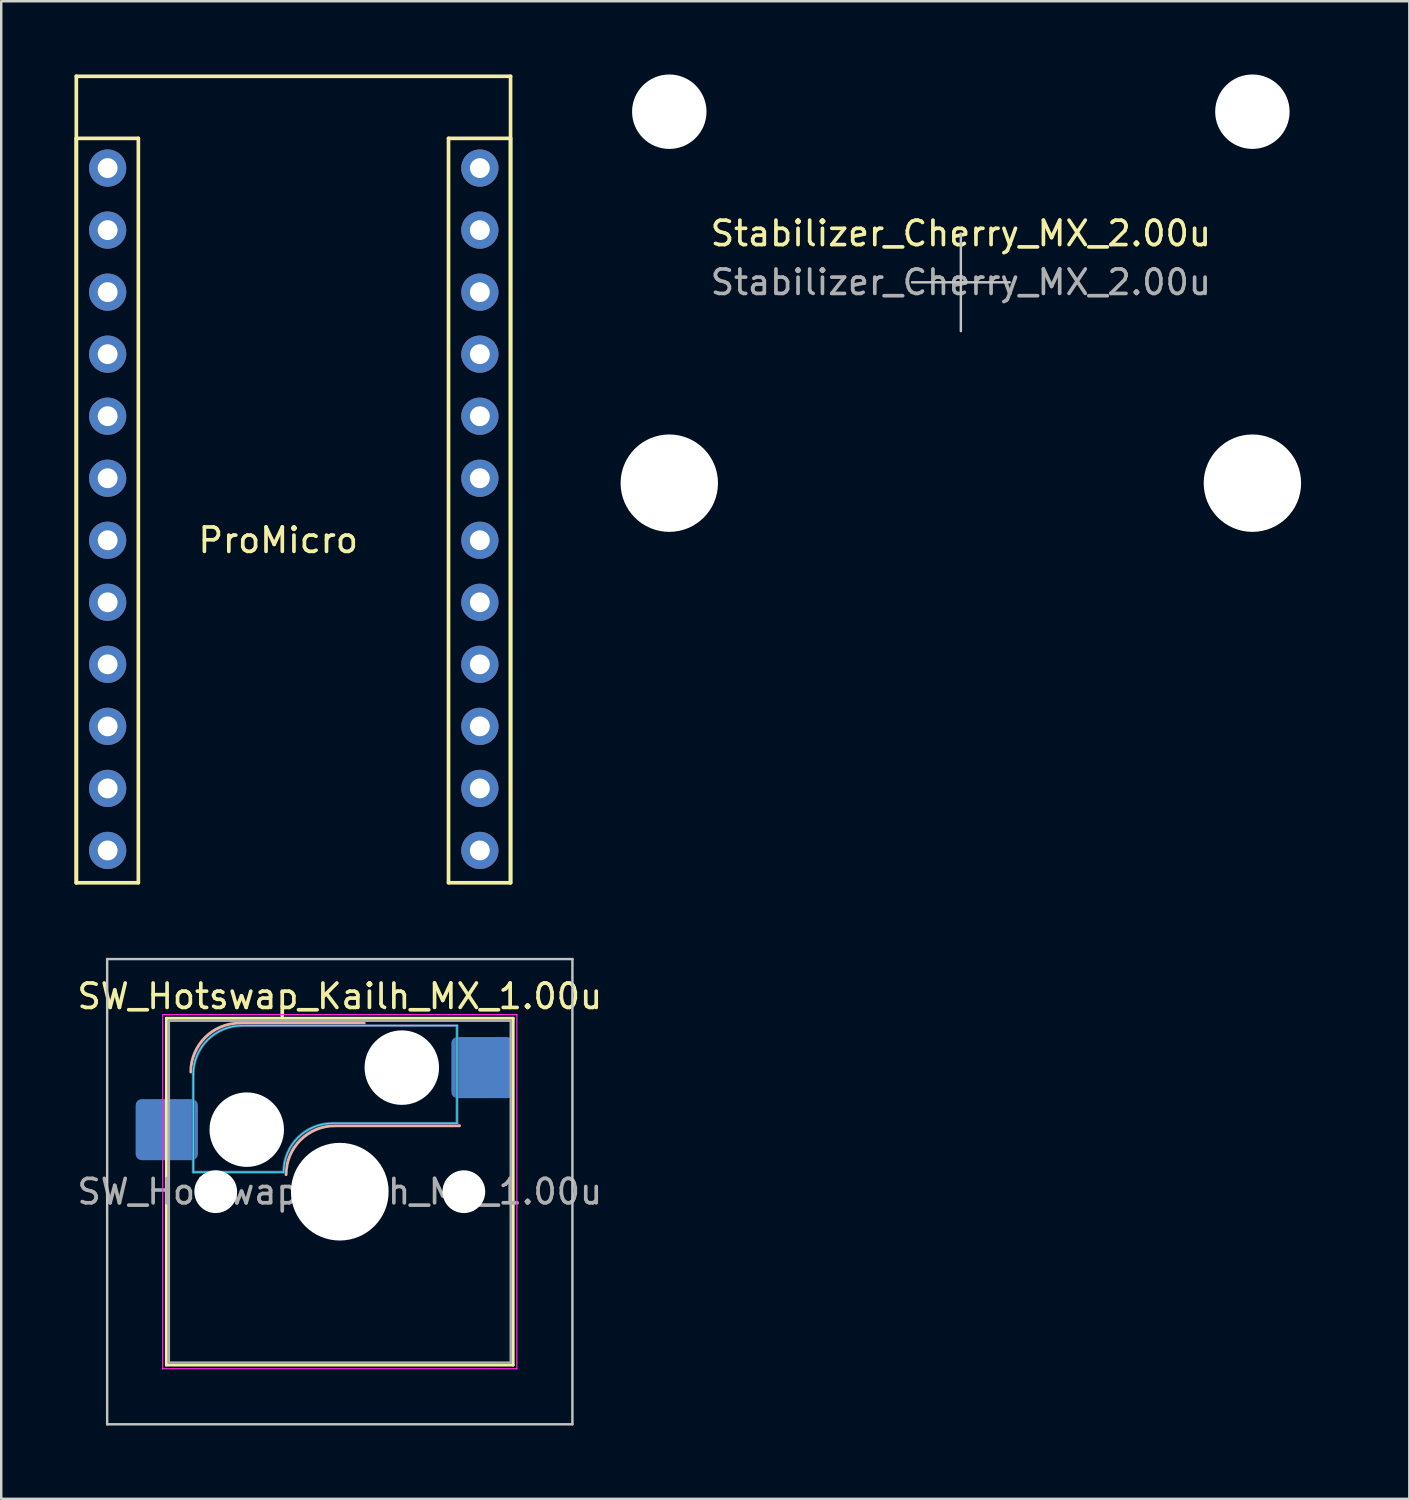
<source format=kicad_pcb>
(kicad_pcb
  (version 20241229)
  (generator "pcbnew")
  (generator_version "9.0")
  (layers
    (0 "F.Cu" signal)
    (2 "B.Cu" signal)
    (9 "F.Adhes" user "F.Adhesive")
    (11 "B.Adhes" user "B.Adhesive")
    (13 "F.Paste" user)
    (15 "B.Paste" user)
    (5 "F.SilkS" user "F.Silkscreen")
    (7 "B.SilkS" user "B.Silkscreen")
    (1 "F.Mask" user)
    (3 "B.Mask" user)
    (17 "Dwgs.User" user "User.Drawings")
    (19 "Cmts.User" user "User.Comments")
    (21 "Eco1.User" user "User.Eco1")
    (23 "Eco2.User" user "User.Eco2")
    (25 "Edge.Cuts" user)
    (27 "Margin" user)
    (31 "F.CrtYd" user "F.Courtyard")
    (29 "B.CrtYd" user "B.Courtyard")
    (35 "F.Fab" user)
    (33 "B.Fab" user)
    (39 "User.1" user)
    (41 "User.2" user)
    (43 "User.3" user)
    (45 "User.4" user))
  (footprint "Stabilizer_Cherry_MX_2.00u"
    (layer "F.Cu")
    (at 36.293 8.509)
    (property "Reference" "Stabilizer_Cherry_MX_2.00u" (at 0 -2 0) (layer "F.SilkS") (effects (font (size 1 1) (thickness 0.15))))
    (attr exclude_from_pos_files exclude_from_bom)
    (fp_line (start -2 0) (end 2 0) (stroke (width 0.1) (type solid)) (layer "Dwgs.User"))
    (fp_line (start 0 2) (end 0 -2) (stroke (width 0.1) (type solid)) (layer "Dwgs.User"))
    (fp_line (start -15.313 -5.53) (end -15.313 6.77) (stroke (width 0.1) (type solid)) (layer "Eco1.User"))
    (fp_line (start -15.313 6.77) (end -8.563 6.77) (stroke (width 0.1) (type solid)) (layer "Eco1.User"))
    (fp_line (start -8.563 -5.53) (end -15.313 -5.53) (stroke (width 0.1) (type solid)) (layer "Eco1.User"))
    (fp_line (start -8.563 6.77) (end -8.563 -5.53) (stroke (width 0.1) (type solid)) (layer "Eco1.User"))
    (fp_line (start 8.563 -5.53) (end 8.563 6.77) (stroke (width 0.1) (type solid)) (layer "Eco1.User"))
    (fp_line (start 8.563 6.77) (end 15.313 6.77) (stroke (width 0.1) (type solid)) (layer "Eco1.User"))
    (fp_line (start 15.313 -5.53) (end 8.563 -5.53) (stroke (width 0.1) (type solid)) (layer "Eco1.User"))
    (fp_line (start 15.313 6.77) (end 15.313 -5.53) (stroke (width 0.1) (type solid)) (layer "Eco1.User"))
    (fp_text user "${REFERENCE}" (at 0 0 0) (layer "F.Fab") (effects (font (size 1 1) (thickness 0.15))))
    (pad "" np_thru_hole circle (at -11.938 -6.985) (size 3.048 3.048) (drill 3.048) (layers "*.Cu" "*.Mask"))
    (pad "" np_thru_hole circle (at -11.938 8.225) (size 3.988 3.988) (drill 3.988) (layers "*.Cu" "*.Mask"))
    (pad "" np_thru_hole circle (at 11.938 -6.985) (size 3.048 3.048) (drill 3.048) (layers "*.Cu" "*.Mask"))
    (pad "" np_thru_hole circle (at 11.938 8.225) (size 3.988 3.988) (drill 3.988) (layers "*.Cu" "*.Mask")))
  (footprint "SW_Hotswap_Kailh_MX_1.00u"
    (layer "F.Cu")
    (at 10.863 45.745)
    (property "Reference" "SW_Hotswap_Kailh_MX_1.00u" (at 0 -8 0) (layer "F.SilkS") (effects (font (size 1 1) (thickness 0.15))))
    (attr smd)
    (fp_line (start -7.1 -7.1) (end -7.1 7.1) (stroke (width 0.12) (type solid)) (layer "F.SilkS"))
    (fp_line (start -7.1 7.1) (end 7.1 7.1) (stroke (width 0.12) (type solid)) (layer "F.SilkS"))
    (fp_line (start 7.1 -7.1) (end -7.1 -7.1) (stroke (width 0.12) (type solid)) (layer "F.SilkS"))
    (fp_line (start 7.1 7.1) (end 7.1 -7.1) (stroke (width 0.12) (type solid)) (layer "F.SilkS"))
    (fp_line (start -4.1 -6.9) (end 1 -6.9) (stroke (width 0.12) (type solid)) (layer "B.SilkS"))
    (fp_line (start -0.2 -2.7) (end 4.9 -2.7) (stroke (width 0.12) (type solid)) (layer "B.SilkS"))
    (fp_arc (start -6.1 -4.9) (mid -5.514214 -6.314214) (end -4.1 -6.9) (stroke (width 0.12) (type solid)) (layer "B.SilkS"))
    (fp_arc (start -2.2 -0.7) (mid -1.614214 -2.114214) (end -0.2 -2.7) (stroke (width 0.12) (type solid)) (layer "B.SilkS"))
    (fp_line (start -9.525 -9.525) (end -9.525 9.525) (stroke (width 0.1) (type solid)) (layer "Dwgs.User"))
    (fp_line (start -9.525 9.525) (end 9.525 9.525) (stroke (width 0.1) (type solid)) (layer "Dwgs.User"))
    (fp_line (start 9.525 -9.525) (end -9.525 -9.525) (stroke (width 0.1) (type solid)) (layer "Dwgs.User"))
    (fp_line (start 9.525 9.525) (end 9.525 -9.525) (stroke (width 0.1) (type solid)) (layer "Dwgs.User"))
    (fp_line (start -7.8 -6) (end -7 -6) (stroke (width 0.1) (type solid)) (layer "Eco1.User"))
    (fp_line (start -7.8 -2.9) (end -7.8 -6) (stroke (width 0.1) (type solid)) (layer "Eco1.User"))
    (fp_line (start -7.8 2.9) (end -7 2.9) (stroke (width 0.1) (type solid)) (layer "Eco1.User"))
    (fp_line (start -7.8 6) (end -7.8 2.9) (stroke (width 0.1) (type solid)) (layer "Eco1.User"))
    (fp_line (start -7 -7) (end 7 -7) (stroke (width 0.1) (type solid)) (layer "Eco1.User"))
    (fp_line (start -7 -6) (end -7 -7) (stroke (width 0.1) (type solid)) (layer "Eco1.User"))
    (fp_line (start -7 -2.9) (end -7.8 -2.9) (stroke (width 0.1) (type solid)) (layer "Eco1.User"))
    (fp_line (start -7 2.9) (end -7 -2.9) (stroke (width 0.1) (type solid)) (layer "Eco1.User"))
    (fp_line (start -7 6) (end -7.8 6) (stroke (width 0.1) (type solid)) (layer "Eco1.User"))
    (fp_line (start -7 7) (end -7 6) (stroke (width 0.1) (type solid)) (layer "Eco1.User"))
    (fp_line (start 7 -7) (end 7 -6) (stroke (width 0.1) (type solid)) (layer "Eco1.User"))
    (fp_line (start 7 -6) (end 7.8 -6) (stroke (width 0.1) (type solid)) (layer "Eco1.User"))
    (fp_line (start 7 -2.9) (end 7 2.9) (stroke (width 0.1) (type solid)) (layer "Eco1.User"))
    (fp_line (start 7 2.9) (end 7.8 2.9) (stroke (width 0.1) (type solid)) (layer "Eco1.User"))
    (fp_line (start 7 6) (end 7 7) (stroke (width 0.1) (type solid)) (layer "Eco1.User"))
    (fp_line (start 7 7) (end -7 7) (stroke (width 0.1) (type solid)) (layer "Eco1.User"))
    (fp_line (start 7.8 -6) (end 7.8 -2.9) (stroke (width 0.1) (type solid)) (layer "Eco1.User"))
    (fp_line (start 7.8 -2.9) (end 7 -2.9) (stroke (width 0.1) (type solid)) (layer "Eco1.User"))
    (fp_line (start 7.8 2.9) (end 7.8 6) (stroke (width 0.1) (type solid)) (layer "Eco1.User"))
    (fp_line (start 7.8 6) (end 7 6) (stroke (width 0.1) (type solid)) (layer "Eco1.User"))
    (fp_line (start -6 -0.8) (end -6 -4.8) (stroke (width 0.05) (type solid)) (layer "B.CrtYd"))
    (fp_line (start -6 -0.8) (end -2.3 -0.8) (stroke (width 0.05) (type solid)) (layer "B.CrtYd"))
    (fp_line (start -4 -6.8) (end 4.8 -6.8) (stroke (width 0.05) (type solid)) (layer "B.CrtYd"))
    (fp_line (start -0.3 -2.8) (end 4.8 -2.8) (stroke (width 0.05) (type solid)) (layer "B.CrtYd"))
    (fp_line (start 4.8 -6.8) (end 4.8 -2.8) (stroke (width 0.05) (type solid)) (layer "B.CrtYd"))
    (fp_arc (start -6 -4.8) (mid -5.414214 -6.214214) (end -4 -6.8) (stroke (width 0.05) (type solid)) (layer "B.CrtYd"))
    (fp_arc (start -2.3 -0.8) (mid -1.714214 -2.214214) (end -0.3 -2.8) (stroke (width 0.05) (type solid)) (layer "B.CrtYd"))
    (fp_line (start -7.25 -7.25) (end -7.25 7.25) (stroke (width 0.05) (type solid)) (layer "F.CrtYd"))
    (fp_line (start -7.25 7.25) (end 7.25 7.25) (stroke (width 0.05) (type solid)) (layer "F.CrtYd"))
    (fp_line (start 7.25 -7.25) (end -7.25 -7.25) (stroke (width 0.05) (type solid)) (layer "F.CrtYd"))
    (fp_line (start 7.25 7.25) (end 7.25 -7.25) (stroke (width 0.05) (type solid)) (layer "F.CrtYd"))
    (fp_line (start -6 -0.8) (end -6 -4.8) (stroke (width 0.12) (type solid)) (layer "B.Fab"))
    (fp_line (start -6 -0.8) (end -2.3 -0.8) (stroke (width 0.12) (type solid)) (layer "B.Fab"))
    (fp_line (start -4 -6.8) (end 4.8 -6.8) (stroke (width 0.12) (type solid)) (layer "B.Fab"))
    (fp_line (start -0.3 -2.8) (end 4.8 -2.8) (stroke (width 0.12) (type solid)) (layer "B.Fab"))
    (fp_line (start 4.8 -6.8) (end 4.8 -2.8) (stroke (width 0.12) (type solid)) (layer "B.Fab"))
    (fp_arc (start -6 -4.8) (mid -5.414214 -6.214214) (end -4 -6.8) (stroke (width 0.12) (type solid)) (layer "B.Fab"))
    (fp_arc (start -2.3 -0.8) (mid -1.714214 -2.214214) (end -0.3 -2.8) (stroke (width 0.12) (type solid)) (layer "B.Fab"))
    (fp_line (start -7 -7) (end -7 7) (stroke (width 0.1) (type solid)) (layer "F.Fab"))
    (fp_line (start -7 7) (end 7 7) (stroke (width 0.1) (type solid)) (layer "F.Fab"))
    (fp_line (start 7 -7) (end -7 -7) (stroke (width 0.1) (type solid)) (layer "F.Fab"))
    (fp_line (start 7 7) (end 7 -7) (stroke (width 0.1) (type solid)) (layer "F.Fab"))
    (fp_text user "${REFERENCE}" (at 0 0 0) (layer "F.Fab") (effects (font (size 1 1) (thickness 0.15))))
    (pad "" np_thru_hole circle (at -5.08 0) (size 1.75 1.75) (drill 1.75) (layers "*.Cu" "*.Mask"))
    (pad "" np_thru_hole circle (at -3.81 -2.54) (size 3.05 3.05) (drill 3.05) (layers "*.Cu" "*.Mask"))
    (pad "" np_thru_hole circle (at 0 0) (size 4 4) (drill 4) (layers "*.Cu" "*.Mask"))
    (pad "" np_thru_hole circle (at 2.54 -5.08) (size 3.05 3.05) (drill 3.05) (layers "*.Cu" "*.Mask"))
    (pad "" np_thru_hole circle (at 5.08 0) (size 1.75 1.75) (drill 1.75) (layers "*.Cu" "*.Mask"))
    (pad "1" smd roundrect (at -7.085 -2.54) (size 2.55 2.5) (layers "B.Cu" "B.Mask" "B.Paste") (roundrect_rratio 0.1))
    (pad "2" smd roundrect (at 5.842 -5.08) (size 2.55 2.5) (layers "B.Cu" "B.Mask" "B.Paste") (roundrect_rratio 0.1)))
  (footprint "ProMicro"
    (layer "F.Cu")
    (at 8.978 17.872)
    (property "Reference" "ProMicro" (at -0.635 1.2 0) (layer "F.SilkS") (effects (font (size 1 1) (thickness 0.15))))
    (attr through_hole)
    (fp_line (start -8.903 -17.797) (end -8.903 15.223) (stroke (width 0.15) (type solid)) (layer "F.SilkS"))
    (fp_line (start -8.903 -15.257) (end -8.903 15.223) (stroke (width 0.15) (type solid)) (layer "F.SilkS"))
    (fp_line (start -8.903 15.223) (end -6.363 15.223) (stroke (width 0.15) (type solid)) (layer "F.SilkS"))
    (fp_line (start -6.363 -15.257) (end -8.903 -15.257) (stroke (width 0.15) (type solid)) (layer "F.SilkS"))
    (fp_line (start -6.363 15.223) (end -6.363 -15.257) (stroke (width 0.15) (type solid)) (layer "F.SilkS"))
    (fp_line (start 6.337 -15.257) (end 6.337 15.223) (stroke (width 0.15) (type solid)) (layer "F.SilkS"))
    (fp_line (start 6.337 15.223) (end 8.877 15.223) (stroke (width 0.15) (type solid)) (layer "F.SilkS"))
    (fp_line (start 8.877 -17.797) (end -8.903 -17.797) (stroke (width 0.15) (type solid)) (layer "F.SilkS"))
    (fp_line (start 8.877 -15.257) (end 6.337 -15.257) (stroke (width 0.15) (type solid)) (layer "F.SilkS"))
    (fp_line (start 8.877 15.223) (end 8.877 -17.797) (stroke (width 0.15) (type solid)) (layer "F.SilkS"))
    (fp_line (start 8.877 15.223) (end 8.877 -15.257) (stroke (width 0.15) (type solid)) (layer "F.SilkS"))
    (pad "1" thru_hole circle (at -7.62 -14.04) (size 1.524 1.524) (drill 0.813) (layers "*.Cu" "*.Mask"))
    (pad "2" thru_hole circle (at -7.62 -11.5) (size 1.524 1.524) (drill 0.813) (layers "*.Cu" "*.Mask"))
    (pad "3" thru_hole circle (at -7.62 -8.96) (size 1.524 1.524) (drill 0.813) (layers "*.Cu" "*.Mask"))
    (pad "4" thru_hole circle (at -7.62 -6.42) (size 1.524 1.524) (drill 0.813) (layers "*.Cu" "*.Mask"))
    (pad "5" thru_hole circle (at -7.62 -3.88) (size 1.524 1.524) (drill 0.813) (layers "*.Cu" "*.Mask"))
    (pad "6" thru_hole circle (at -7.62 -1.34) (size 1.524 1.524) (drill 0.813) (layers "*.Cu" "*.Mask"))
    (pad "7" thru_hole circle (at -7.62 1.2) (size 1.524 1.524) (drill 0.813) (layers "*.Cu" "*.Mask"))
    (pad "8" thru_hole circle (at -7.62 3.74) (size 1.524 1.524) (drill 0.813) (layers "*.Cu" "*.Mask"))
    (pad "9" thru_hole circle (at -7.62 6.28) (size 1.524 1.524) (drill 0.813) (layers "*.Cu" "*.Mask"))
    (pad "10" thru_hole circle (at -7.62 8.82) (size 1.524 1.524) (drill 0.813) (layers "*.Cu" "*.Mask"))
    (pad "11" thru_hole circle (at -7.62 11.36) (size 1.524 1.524) (drill 0.813) (layers "*.Cu" "*.Mask"))
    (pad "12" thru_hole circle (at -7.62 13.9) (size 1.524 1.524) (drill 0.813) (layers "*.Cu" "*.Mask"))
    (pad "13" thru_hole circle (at 7.62 13.9) (size 1.524 1.524) (drill 0.813) (layers "*.Cu" "*.Mask"))
    (pad "14" thru_hole circle (at 7.62 11.36) (size 1.524 1.524) (drill 0.813) (layers "*.Cu" "*.Mask"))
    (pad "15" thru_hole circle (at 7.62 8.82) (size 1.524 1.524) (drill 0.813) (layers "*.Cu" "*.Mask"))
    (pad "16" thru_hole circle (at 7.62 6.28) (size 1.524 1.524) (drill 0.813) (layers "*.Cu" "*.Mask"))
    (pad "17" thru_hole circle (at 7.62 3.74) (size 1.524 1.524) (drill 0.813) (layers "*.Cu" "*.Mask"))
    (pad "18" thru_hole circle (at 7.62 1.2) (size 1.524 1.524) (drill 0.813) (layers "*.Cu" "*.Mask"))
    (pad "19" thru_hole circle (at 7.62 -1.34) (size 1.524 1.524) (drill 0.813) (layers "*.Cu" "*.Mask"))
    (pad "20" thru_hole circle (at 7.62 -3.88) (size 1.524 1.524) (drill 0.813) (layers "*.Cu" "*.Mask"))
    (pad "21" thru_hole circle (at 7.62 -6.42) (size 1.524 1.524) (drill 0.813) (layers "*.Cu" "*.Mask"))
    (pad "22" thru_hole circle (at 7.62 -8.96) (size 1.524 1.524) (drill 0.813) (layers "*.Cu" "*.Mask"))
    (pad "23" thru_hole circle (at 7.62 -11.5) (size 1.524 1.524) (drill 0.813) (layers "*.Cu" "*.Mask"))
    (pad "24" thru_hole circle (at 7.62 -14.04) (size 1.524 1.524) (drill 0.813) (layers "*.Cu" "*.Mask")))
  (gr_rect
    (start -3 -3)
    (end 54.656 58.32)
    (stroke (width 0.1) (type default))
    (fill no)
    (layer "Edge.Cuts")))
</source>
